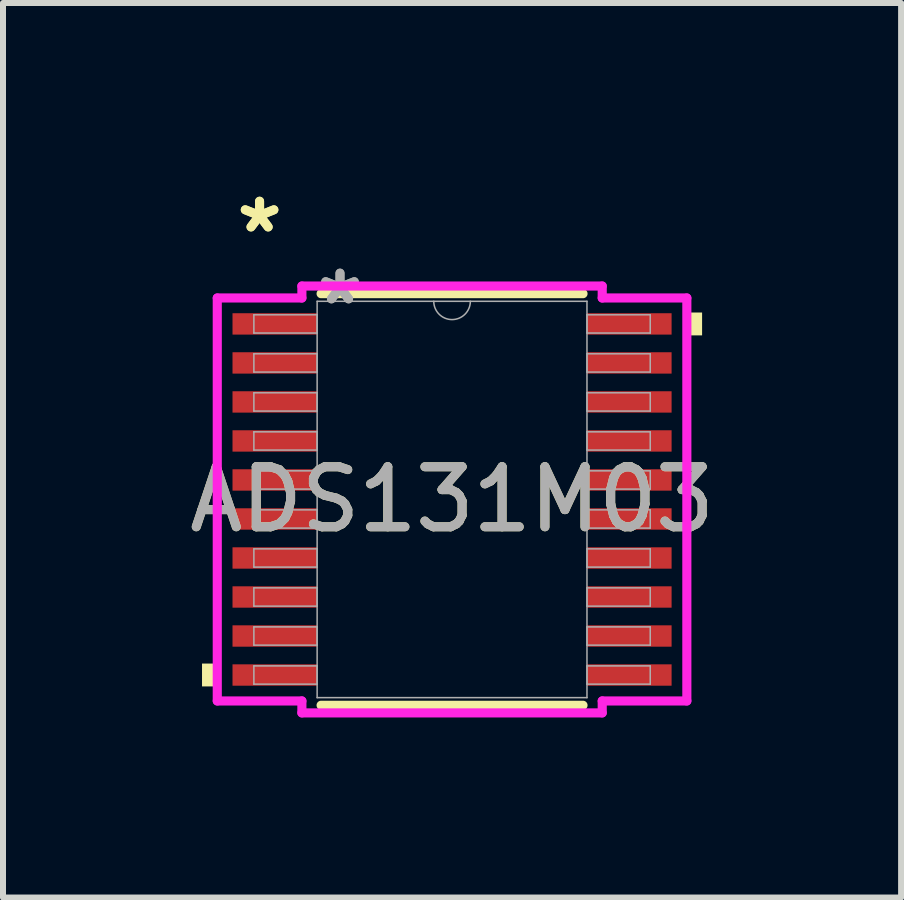
<source format=kicad_pcb>
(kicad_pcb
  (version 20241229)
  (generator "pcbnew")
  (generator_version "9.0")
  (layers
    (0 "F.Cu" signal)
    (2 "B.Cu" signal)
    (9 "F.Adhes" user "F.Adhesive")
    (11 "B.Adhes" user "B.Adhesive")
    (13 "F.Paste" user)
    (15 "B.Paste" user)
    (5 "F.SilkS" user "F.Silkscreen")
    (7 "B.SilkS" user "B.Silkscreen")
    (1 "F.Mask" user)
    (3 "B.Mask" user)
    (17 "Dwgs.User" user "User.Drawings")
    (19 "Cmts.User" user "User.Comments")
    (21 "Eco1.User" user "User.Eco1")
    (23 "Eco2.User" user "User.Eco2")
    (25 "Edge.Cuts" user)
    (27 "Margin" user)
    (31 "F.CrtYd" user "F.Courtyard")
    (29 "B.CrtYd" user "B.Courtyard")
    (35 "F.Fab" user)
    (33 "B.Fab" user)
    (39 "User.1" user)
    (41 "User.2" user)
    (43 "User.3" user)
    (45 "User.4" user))
  (footprint "ADS131M03"
    (layer "F.Cu")
    (at 4.482 5.272)
    (property "Reference" "ADS131M03" (at 0 0 0) (unlocked yes) (layer "F.SilkS") (effects (font (size 1 1) (thickness 0.15))))
    (attr smd)
    (fp_line (start -2.182 3.429) (end 2.182 3.429) (stroke (width 0.152) (type solid)) (layer "F.SilkS"))
    (fp_line (start 2.182 -3.429) (end -2.182 -3.429) (stroke (width 0.152) (type solid)) (layer "F.SilkS"))
    (fp_poly (pts (xy -4.166 2.734) (xy -4.166 3.115) (xy -3.912 3.115) (xy -3.912 2.734)) (stroke (width 0) (type solid)) (fill yes) (layer "F.SilkS"))
    (fp_poly (pts (xy 4.166 -3.115) (xy 4.166 -2.734) (xy 3.912 -2.734) (xy 3.912 -3.115)) (stroke (width 0) (type solid)) (fill yes) (layer "F.SilkS"))
    (fp_line (start -3.912 -3.357) (end -2.502 -3.357) (stroke (width 0.152) (type solid)) (layer "F.CrtYd"))
    (fp_line (start -3.912 3.357) (end -3.912 -3.357) (stroke (width 0.152) (type solid)) (layer "F.CrtYd"))
    (fp_line (start -3.912 3.357) (end -2.502 3.357) (stroke (width 0.152) (type solid)) (layer "F.CrtYd"))
    (fp_line (start -2.502 -3.556) (end 2.502 -3.556) (stroke (width 0.152) (type solid)) (layer "F.CrtYd"))
    (fp_line (start -2.502 -3.357) (end -2.502 -3.556) (stroke (width 0.152) (type solid)) (layer "F.CrtYd"))
    (fp_line (start -2.502 3.556) (end -2.502 3.357) (stroke (width 0.152) (type solid)) (layer "F.CrtYd"))
    (fp_line (start 2.502 -3.556) (end 2.502 -3.357) (stroke (width 0.152) (type solid)) (layer "F.CrtYd"))
    (fp_line (start 2.502 3.357) (end 2.502 3.556) (stroke (width 0.152) (type solid)) (layer "F.CrtYd"))
    (fp_line (start 2.502 3.556) (end -2.502 3.556) (stroke (width 0.152) (type solid)) (layer "F.CrtYd"))
    (fp_line (start 3.912 -3.357) (end 2.502 -3.357) (stroke (width 0.152) (type solid)) (layer "F.CrtYd"))
    (fp_line (start 3.912 -3.357) (end 3.912 3.357) (stroke (width 0.152) (type solid)) (layer "F.CrtYd"))
    (fp_line (start 3.912 3.357) (end 2.502 3.357) (stroke (width 0.152) (type solid)) (layer "F.CrtYd"))
    (fp_line (start -3.302 -3.077) (end -3.302 -2.773) (stroke (width 0.025) (type solid)) (layer "F.Fab"))
    (fp_line (start -3.302 -2.773) (end -2.248 -2.773) (stroke (width 0.025) (type solid)) (layer "F.Fab"))
    (fp_line (start -3.302 -2.427) (end -3.302 -2.123) (stroke (width 0.025) (type solid)) (layer "F.Fab"))
    (fp_line (start -3.302 -2.123) (end -2.248 -2.123) (stroke (width 0.025) (type solid)) (layer "F.Fab"))
    (fp_line (start -3.302 -1.777) (end -3.302 -1.473) (stroke (width 0.025) (type solid)) (layer "F.Fab"))
    (fp_line (start -3.302 -1.473) (end -2.248 -1.473) (stroke (width 0.025) (type solid)) (layer "F.Fab"))
    (fp_line (start -3.302 -1.127) (end -3.302 -0.823) (stroke (width 0.025) (type solid)) (layer "F.Fab"))
    (fp_line (start -3.302 -0.823) (end -2.248 -0.823) (stroke (width 0.025) (type solid)) (layer "F.Fab"))
    (fp_line (start -3.302 -0.477) (end -3.302 -0.173) (stroke (width 0.025) (type solid)) (layer "F.Fab"))
    (fp_line (start -3.302 -0.173) (end -2.248 -0.173) (stroke (width 0.025) (type solid)) (layer "F.Fab"))
    (fp_line (start -3.302 0.173) (end -3.302 0.477) (stroke (width 0.025) (type solid)) (layer "F.Fab"))
    (fp_line (start -3.302 0.477) (end -2.248 0.477) (stroke (width 0.025) (type solid)) (layer "F.Fab"))
    (fp_line (start -3.302 0.823) (end -3.302 1.127) (stroke (width 0.025) (type solid)) (layer "F.Fab"))
    (fp_line (start -3.302 1.127) (end -2.248 1.127) (stroke (width 0.025) (type solid)) (layer "F.Fab"))
    (fp_line (start -3.302 1.473) (end -3.302 1.777) (stroke (width 0.025) (type solid)) (layer "F.Fab"))
    (fp_line (start -3.302 1.777) (end -2.248 1.777) (stroke (width 0.025) (type solid)) (layer "F.Fab"))
    (fp_line (start -3.302 2.123) (end -3.302 2.427) (stroke (width 0.025) (type solid)) (layer "F.Fab"))
    (fp_line (start -3.302 2.427) (end -2.248 2.427) (stroke (width 0.025) (type solid)) (layer "F.Fab"))
    (fp_line (start -3.302 2.773) (end -3.302 3.077) (stroke (width 0.025) (type solid)) (layer "F.Fab"))
    (fp_line (start -3.302 3.077) (end -2.248 3.077) (stroke (width 0.025) (type solid)) (layer "F.Fab"))
    (fp_line (start -2.248 -3.302) (end -2.248 3.302) (stroke (width 0.025) (type solid)) (layer "F.Fab"))
    (fp_line (start -2.248 -3.077) (end -3.302 -3.077) (stroke (width 0.025) (type solid)) (layer "F.Fab"))
    (fp_line (start -2.248 -2.773) (end -2.248 -3.077) (stroke (width 0.025) (type solid)) (layer "F.Fab"))
    (fp_line (start -2.248 -2.427) (end -3.302 -2.427) (stroke (width 0.025) (type solid)) (layer "F.Fab"))
    (fp_line (start -2.248 -2.123) (end -2.248 -2.427) (stroke (width 0.025) (type solid)) (layer "F.Fab"))
    (fp_line (start -2.248 -1.777) (end -3.302 -1.777) (stroke (width 0.025) (type solid)) (layer "F.Fab"))
    (fp_line (start -2.248 -1.473) (end -2.248 -1.777) (stroke (width 0.025) (type solid)) (layer "F.Fab"))
    (fp_line (start -2.248 -1.127) (end -3.302 -1.127) (stroke (width 0.025) (type solid)) (layer "F.Fab"))
    (fp_line (start -2.248 -0.823) (end -2.248 -1.127) (stroke (width 0.025) (type solid)) (layer "F.Fab"))
    (fp_line (start -2.248 -0.477) (end -3.302 -0.477) (stroke (width 0.025) (type solid)) (layer "F.Fab"))
    (fp_line (start -2.248 -0.173) (end -2.248 -0.477) (stroke (width 0.025) (type solid)) (layer "F.Fab"))
    (fp_line (start -2.248 0.173) (end -3.302 0.173) (stroke (width 0.025) (type solid)) (layer "F.Fab"))
    (fp_line (start -2.248 0.477) (end -2.248 0.173) (stroke (width 0.025) (type solid)) (layer "F.Fab"))
    (fp_line (start -2.248 0.823) (end -3.302 0.823) (stroke (width 0.025) (type solid)) (layer "F.Fab"))
    (fp_line (start -2.248 1.127) (end -2.248 0.823) (stroke (width 0.025) (type solid)) (layer "F.Fab"))
    (fp_line (start -2.248 1.473) (end -3.302 1.473) (stroke (width 0.025) (type solid)) (layer "F.Fab"))
    (fp_line (start -2.248 1.777) (end -2.248 1.473) (stroke (width 0.025) (type solid)) (layer "F.Fab"))
    (fp_line (start -2.248 2.123) (end -3.302 2.123) (stroke (width 0.025) (type solid)) (layer "F.Fab"))
    (fp_line (start -2.248 2.427) (end -2.248 2.123) (stroke (width 0.025) (type solid)) (layer "F.Fab"))
    (fp_line (start -2.248 2.773) (end -3.302 2.773) (stroke (width 0.025) (type solid)) (layer "F.Fab"))
    (fp_line (start -2.248 3.077) (end -2.248 2.773) (stroke (width 0.025) (type solid)) (layer "F.Fab"))
    (fp_line (start -2.248 3.302) (end 2.248 3.302) (stroke (width 0.025) (type solid)) (layer "F.Fab"))
    (fp_line (start 2.248 -3.302) (end -2.248 -3.302) (stroke (width 0.025) (type solid)) (layer "F.Fab"))
    (fp_line (start 2.248 -3.077) (end 2.248 -2.773) (stroke (width 0.025) (type solid)) (layer "F.Fab"))
    (fp_line (start 2.248 -2.773) (end 3.302 -2.773) (stroke (width 0.025) (type solid)) (layer "F.Fab"))
    (fp_line (start 2.248 -2.427) (end 2.248 -2.123) (stroke (width 0.025) (type solid)) (layer "F.Fab"))
    (fp_line (start 2.248 -2.123) (end 3.302 -2.123) (stroke (width 0.025) (type solid)) (layer "F.Fab"))
    (fp_line (start 2.248 -1.777) (end 2.248 -1.473) (stroke (width 0.025) (type solid)) (layer "F.Fab"))
    (fp_line (start 2.248 -1.473) (end 3.302 -1.473) (stroke (width 0.025) (type solid)) (layer "F.Fab"))
    (fp_line (start 2.248 -1.127) (end 2.248 -0.823) (stroke (width 0.025) (type solid)) (layer "F.Fab"))
    (fp_line (start 2.248 -0.823) (end 3.302 -0.823) (stroke (width 0.025) (type solid)) (layer "F.Fab"))
    (fp_line (start 2.248 -0.477) (end 2.248 -0.173) (stroke (width 0.025) (type solid)) (layer "F.Fab"))
    (fp_line (start 2.248 -0.173) (end 3.302 -0.173) (stroke (width 0.025) (type solid)) (layer "F.Fab"))
    (fp_line (start 2.248 0.173) (end 2.248 0.477) (stroke (width 0.025) (type solid)) (layer "F.Fab"))
    (fp_line (start 2.248 0.477) (end 3.302 0.477) (stroke (width 0.025) (type solid)) (layer "F.Fab"))
    (fp_line (start 2.248 0.823) (end 2.248 1.127) (stroke (width 0.025) (type solid)) (layer "F.Fab"))
    (fp_line (start 2.248 1.127) (end 3.302 1.127) (stroke (width 0.025) (type solid)) (layer "F.Fab"))
    (fp_line (start 2.248 1.473) (end 2.248 1.777) (stroke (width 0.025) (type solid)) (layer "F.Fab"))
    (fp_line (start 2.248 1.777) (end 3.302 1.777) (stroke (width 0.025) (type solid)) (layer "F.Fab"))
    (fp_line (start 2.248 2.123) (end 2.248 2.427) (stroke (width 0.025) (type solid)) (layer "F.Fab"))
    (fp_line (start 2.248 2.427) (end 3.302 2.427) (stroke (width 0.025) (type solid)) (layer "F.Fab"))
    (fp_line (start 2.248 2.773) (end 2.248 3.077) (stroke (width 0.025) (type solid)) (layer "F.Fab"))
    (fp_line (start 2.248 3.077) (end 3.302 3.077) (stroke (width 0.025) (type solid)) (layer "F.Fab"))
    (fp_line (start 2.248 3.302) (end 2.248 -3.302) (stroke (width 0.025) (type solid)) (layer "F.Fab"))
    (fp_line (start 3.302 -3.077) (end 2.248 -3.077) (stroke (width 0.025) (type solid)) (layer "F.Fab"))
    (fp_line (start 3.302 -2.773) (end 3.302 -3.077) (stroke (width 0.025) (type solid)) (layer "F.Fab"))
    (fp_line (start 3.302 -2.427) (end 2.248 -2.427) (stroke (width 0.025) (type solid)) (layer "F.Fab"))
    (fp_line (start 3.302 -2.123) (end 3.302 -2.427) (stroke (width 0.025) (type solid)) (layer "F.Fab"))
    (fp_line (start 3.302 -1.777) (end 2.248 -1.777) (stroke (width 0.025) (type solid)) (layer "F.Fab"))
    (fp_line (start 3.302 -1.473) (end 3.302 -1.777) (stroke (width 0.025) (type solid)) (layer "F.Fab"))
    (fp_line (start 3.302 -1.127) (end 2.248 -1.127) (stroke (width 0.025) (type solid)) (layer "F.Fab"))
    (fp_line (start 3.302 -0.823) (end 3.302 -1.127) (stroke (width 0.025) (type solid)) (layer "F.Fab"))
    (fp_line (start 3.302 -0.477) (end 2.248 -0.477) (stroke (width 0.025) (type solid)) (layer "F.Fab"))
    (fp_line (start 3.302 -0.173) (end 3.302 -0.477) (stroke (width 0.025) (type solid)) (layer "F.Fab"))
    (fp_line (start 3.302 0.173) (end 2.248 0.173) (stroke (width 0.025) (type solid)) (layer "F.Fab"))
    (fp_line (start 3.302 0.477) (end 3.302 0.173) (stroke (width 0.025) (type solid)) (layer "F.Fab"))
    (fp_line (start 3.302 0.823) (end 2.248 0.823) (stroke (width 0.025) (type solid)) (layer "F.Fab"))
    (fp_line (start 3.302 1.127) (end 3.302 0.823) (stroke (width 0.025) (type solid)) (layer "F.Fab"))
    (fp_line (start 3.302 1.473) (end 2.248 1.473) (stroke (width 0.025) (type solid)) (layer "F.Fab"))
    (fp_line (start 3.302 1.777) (end 3.302 1.473) (stroke (width 0.025) (type solid)) (layer "F.Fab"))
    (fp_line (start 3.302 2.123) (end 2.248 2.123) (stroke (width 0.025) (type solid)) (layer "F.Fab"))
    (fp_line (start 3.302 2.427) (end 3.302 2.123) (stroke (width 0.025) (type solid)) (layer "F.Fab"))
    (fp_line (start 3.302 2.773) (end 2.248 2.773) (stroke (width 0.025) (type solid)) (layer "F.Fab"))
    (fp_line (start 3.302 3.077) (end 3.302 2.773) (stroke (width 0.025) (type solid)) (layer "F.Fab"))
    (fp_arc (start 0.3048 -3.302) (mid 0 -2.9972) (end -0.3048 -3.302) (stroke (width 0.0254) (type solid)) (layer "F.Fab"))
    (fp_text user "*" (at -3.207 -4.424 0) (unlocked yes) (layer "F.SilkS") (effects (font (size 1 1) (thickness 0.15))))
    (fp_text user "*" (at -3.207 -4.424 0) (layer "F.SilkS") (effects (font (size 1 1) (thickness 0.15))))
    (fp_text user "${REFERENCE}" (at 0 0 0) (unlocked yes) (layer "F.Fab") (effects (font (size 1 1) (thickness 0.15))))
    (fp_text user "*" (at -1.867 -3.226 0) (layer "F.Fab") (effects (font (size 1 1) (thickness 0.15))))
    (fp_text user "*" (at -1.867 -3.226 0) (unlocked yes) (layer "F.Fab") (effects (font (size 1 1) (thickness 0.15))))
    (pad "1" smd rect (at -2.953 -2.925) (size 1.41 0.356) (layers "F.Cu" "F.Mask" "F.Paste"))
    (pad "2" smd rect (at -2.953 -2.275) (size 1.41 0.356) (layers "F.Cu" "F.Mask" "F.Paste"))
    (pad "3" smd rect (at -2.953 -1.625) (size 1.41 0.356) (layers "F.Cu" "F.Mask" "F.Paste"))
    (pad "4" smd rect (at -2.953 -0.975) (size 1.41 0.356) (layers "F.Cu" "F.Mask" "F.Paste"))
    (pad "5" smd rect (at -2.953 -0.325) (size 1.41 0.356) (layers "F.Cu" "F.Mask" "F.Paste"))
    (pad "6" smd rect (at -2.953 0.325) (size 1.41 0.356) (layers "F.Cu" "F.Mask" "F.Paste"))
    (pad "7" smd rect (at -2.953 0.975) (size 1.41 0.356) (layers "F.Cu" "F.Mask" "F.Paste"))
    (pad "8" smd rect (at -2.953 1.625) (size 1.41 0.356) (layers "F.Cu" "F.Mask" "F.Paste"))
    (pad "9" smd rect (at -2.953 2.275) (size 1.41 0.356) (layers "F.Cu" "F.Mask" "F.Paste"))
    (pad "10" smd rect (at -2.953 2.925) (size 1.41 0.356) (layers "F.Cu" "F.Mask" "F.Paste"))
    (pad "11" smd rect (at 2.953 2.925) (size 1.41 0.356) (layers "F.Cu" "F.Mask" "F.Paste"))
    (pad "12" smd rect (at 2.953 2.275) (size 1.41 0.356) (layers "F.Cu" "F.Mask" "F.Paste"))
    (pad "13" smd rect (at 2.953 1.625) (size 1.41 0.356) (layers "F.Cu" "F.Mask" "F.Paste"))
    (pad "14" smd rect (at 2.953 0.975) (size 1.41 0.356) (layers "F.Cu" "F.Mask" "F.Paste"))
    (pad "15" smd rect (at 2.953 0.325) (size 1.41 0.356) (layers "F.Cu" "F.Mask" "F.Paste"))
    (pad "16" smd rect (at 2.953 -0.325) (size 1.41 0.356) (layers "F.Cu" "F.Mask" "F.Paste"))
    (pad "17" smd rect (at 2.953 -0.975) (size 1.41 0.356) (layers "F.Cu" "F.Mask" "F.Paste"))
    (pad "18" smd rect (at 2.953 -1.625) (size 1.41 0.356) (layers "F.Cu" "F.Mask" "F.Paste"))
    (pad "19" smd rect (at 2.953 -2.275) (size 1.41 0.356) (layers "F.Cu" "F.Mask" "F.Paste"))
    (pad "20" smd rect (at 2.953 -2.925) (size 1.41 0.356) (layers "F.Cu" "F.Mask" "F.Paste")))
  (gr_rect
    (start -3 -3)
    (end 11.964 11.904)
    (stroke (width 0.1) (type default))
    (fill no)
    (layer "Edge.Cuts")))
</source>
